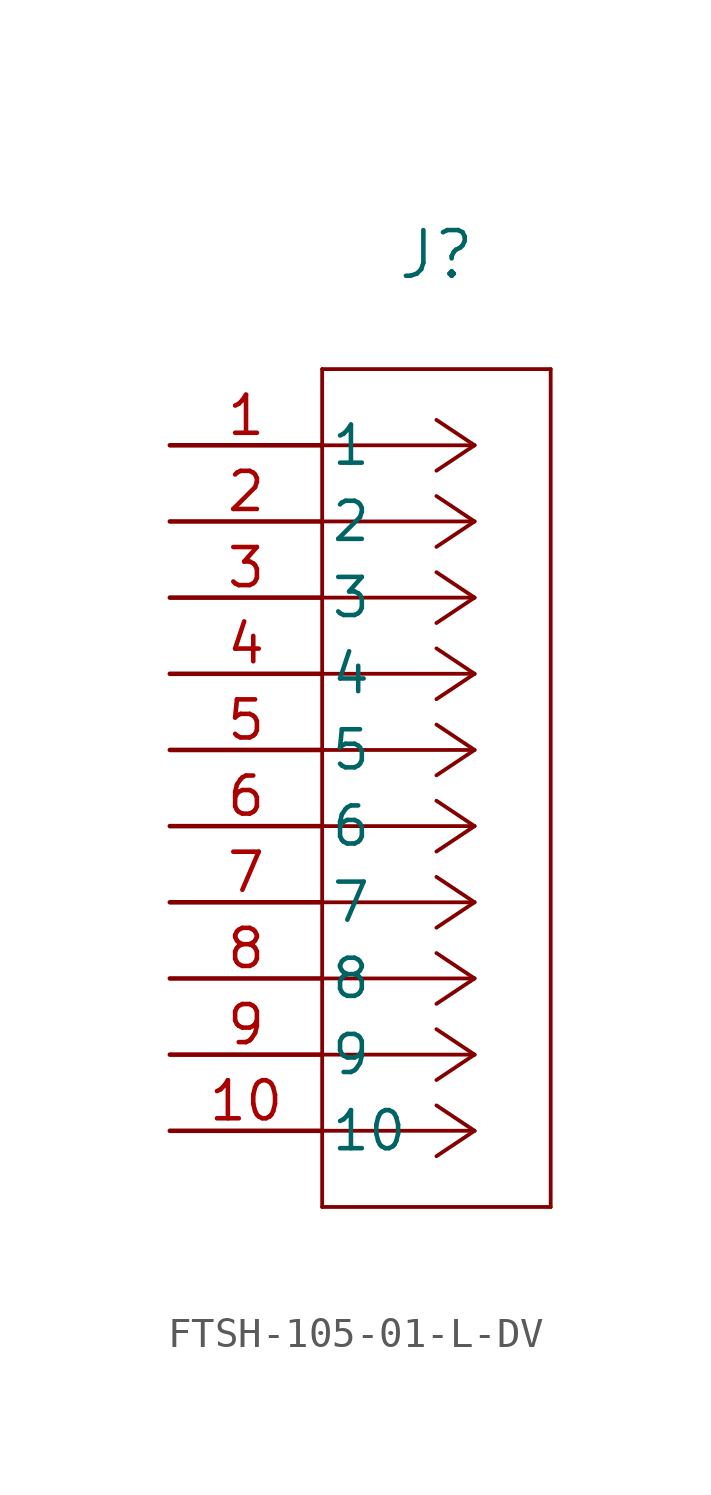
<source format=kicad_sym>
(kicad_symbol_lib
  (version 20231120)
  (generator "kicad_symbol_editor")
  (generator_version "8.0")
  (symbol "FTSH-105-01-L-DV"
    (pin_names
      (offset 0.254))
    (property "Reference" "J"
      (at 8.89 6.35 0)
      (effects (font (size 1.524 1.524))))
    (symbol "FTSH-105-01-L-DV_0_1"
      (polyline (pts (xy 5.08 -25.4) (xy 12.7 -25.4)) (stroke (width 0.127) (type default)) (fill (type none)))
      (polyline (pts (xy 5.08 2.54) (xy 5.08 -25.4)) (stroke (width 0.127) (type default)) (fill (type none)))
      (polyline (pts (xy 10.16 -22.86) (xy 5.08 -22.86)) (stroke (width 0.127) (type default)) (fill (type none)))
      (polyline (pts (xy 10.16 -22.86) (xy 8.89 -23.707)) (stroke (width 0.127) (type default)) (fill (type none)))
      (polyline (pts (xy 10.16 -22.86) (xy 8.89 -22.013)) (stroke (width 0.127) (type default)) (fill (type none)))
      (polyline (pts (xy 10.16 -20.32) (xy 5.08 -20.32)) (stroke (width 0.127) (type default)) (fill (type none)))
      (polyline (pts (xy 10.16 -20.32) (xy 8.89 -21.167)) (stroke (width 0.127) (type default)) (fill (type none)))
      (polyline (pts (xy 10.16 -20.32) (xy 8.89 -19.473)) (stroke (width 0.127) (type default)) (fill (type none)))
      (polyline (pts (xy 10.16 -17.78) (xy 5.08 -17.78)) (stroke (width 0.127) (type default)) (fill (type none)))
      (polyline (pts (xy 10.16 -17.78) (xy 8.89 -18.627)) (stroke (width 0.127) (type default)) (fill (type none)))
      (polyline (pts (xy 10.16 -17.78) (xy 8.89 -16.933)) (stroke (width 0.127) (type default)) (fill (type none)))
      (polyline (pts (xy 10.16 -15.24) (xy 5.08 -15.24)) (stroke (width 0.127) (type default)) (fill (type none)))
      (polyline (pts (xy 10.16 -15.24) (xy 8.89 -16.087)) (stroke (width 0.127) (type default)) (fill (type none)))
      (polyline (pts (xy 10.16 -15.24) (xy 8.89 -14.393)) (stroke (width 0.127) (type default)) (fill (type none)))
      (polyline (pts (xy 10.16 -12.7) (xy 5.08 -12.7)) (stroke (width 0.127) (type default)) (fill (type none)))
      (polyline (pts (xy 10.16 -12.7) (xy 8.89 -13.547)) (stroke (width 0.127) (type default)) (fill (type none)))
      (polyline (pts (xy 10.16 -12.7) (xy 8.89 -11.853)) (stroke (width 0.127) (type default)) (fill (type none)))
      (polyline (pts (xy 10.16 -10.16) (xy 5.08 -10.16)) (stroke (width 0.127) (type default)) (fill (type none)))
      (polyline (pts (xy 10.16 -10.16) (xy 8.89 -11.007)) (stroke (width 0.127) (type default)) (fill (type none)))
      (polyline (pts (xy 10.16 -10.16) (xy 8.89 -9.313)) (stroke (width 0.127) (type default)) (fill (type none)))
      (polyline (pts (xy 10.16 -7.62) (xy 5.08 -7.62)) (stroke (width 0.127) (type default)) (fill (type none)))
      (polyline (pts (xy 10.16 -7.62) (xy 8.89 -8.467)) (stroke (width 0.127) (type default)) (fill (type none)))
      (polyline (pts (xy 10.16 -7.62) (xy 8.89 -6.773)) (stroke (width 0.127) (type default)) (fill (type none)))
      (polyline (pts (xy 10.16 -5.08) (xy 5.08 -5.08)) (stroke (width 0.127) (type default)) (fill (type none)))
      (polyline (pts (xy 10.16 -5.08) (xy 8.89 -5.927)) (stroke (width 0.127) (type default)) (fill (type none)))
      (polyline (pts (xy 10.16 -5.08) (xy 8.89 -4.233)) (stroke (width 0.127) (type default)) (fill (type none)))
      (polyline (pts (xy 10.16 -2.54) (xy 5.08 -2.54)) (stroke (width 0.127) (type default)) (fill (type none)))
      (polyline (pts (xy 10.16 -2.54) (xy 8.89 -3.387)) (stroke (width 0.127) (type default)) (fill (type none)))
      (polyline (pts (xy 10.16 -2.54) (xy 8.89 -1.693)) (stroke (width 0.127) (type default)) (fill (type none)))
      (polyline (pts (xy 10.16 0) (xy 5.08 0)) (stroke (width 0.127) (type default)) (fill (type none)))
      (polyline (pts (xy 10.16 0) (xy 8.89 -0.847)) (stroke (width 0.127) (type default)) (fill (type none)))
      (polyline (pts (xy 10.16 0) (xy 8.89 0.847)) (stroke (width 0.127) (type default)) (fill (type none)))
      (polyline (pts (xy 12.7 -25.4) (xy 12.7 2.54)) (stroke (width 0.127) (type default)) (fill (type none)))
      (polyline (pts (xy 12.7 2.54) (xy 5.08 2.54)) (stroke (width 0.127) (type default)) (fill (type none)))
      (pin unspecified line (at 0 0 0) (length 5.08) (name "1" (effects (font (size 1.27 1.27)))) (number "1" (effects (font (size 1.27 1.27)))))
      (pin unspecified line (at 0 -22.86 0) (length 5.08) (name "10" (effects (font (size 1.27 1.27)))) (number "10" (effects (font (size 1.27 1.27)))))
      (pin unspecified line (at 0 -2.54 0) (length 5.08) (name "2" (effects (font (size 1.27 1.27)))) (number "2" (effects (font (size 1.27 1.27)))))
      (pin unspecified line (at 0 -5.08 0) (length 5.08) (name "3" (effects (font (size 1.27 1.27)))) (number "3" (effects (font (size 1.27 1.27)))))
      (pin unspecified line (at 0 -7.62 0) (length 5.08) (name "4" (effects (font (size 1.27 1.27)))) (number "4" (effects (font (size 1.27 1.27)))))
      (pin unspecified line (at 0 -10.16 0) (length 5.08) (name "5" (effects (font (size 1.27 1.27)))) (number "5" (effects (font (size 1.27 1.27)))))
      (pin unspecified line (at 0 -12.7 0) (length 5.08) (name "6" (effects (font (size 1.27 1.27)))) (number "6" (effects (font (size 1.27 1.27)))))
      (pin unspecified line (at 0 -15.24 0) (length 5.08) (name "7" (effects (font (size 1.27 1.27)))) (number "7" (effects (font (size 1.27 1.27)))))
      (pin unspecified line (at 0 -17.78 0) (length 5.08) (name "8" (effects (font (size 1.27 1.27)))) (number "8" (effects (font (size 1.27 1.27)))))
      (pin unspecified line (at 0 -20.32 0) (length 5.08) (name "9" (effects (font (size 1.27 1.27)))) (number "9" (effects (font (size 1.27 1.27))))))))
</source>
